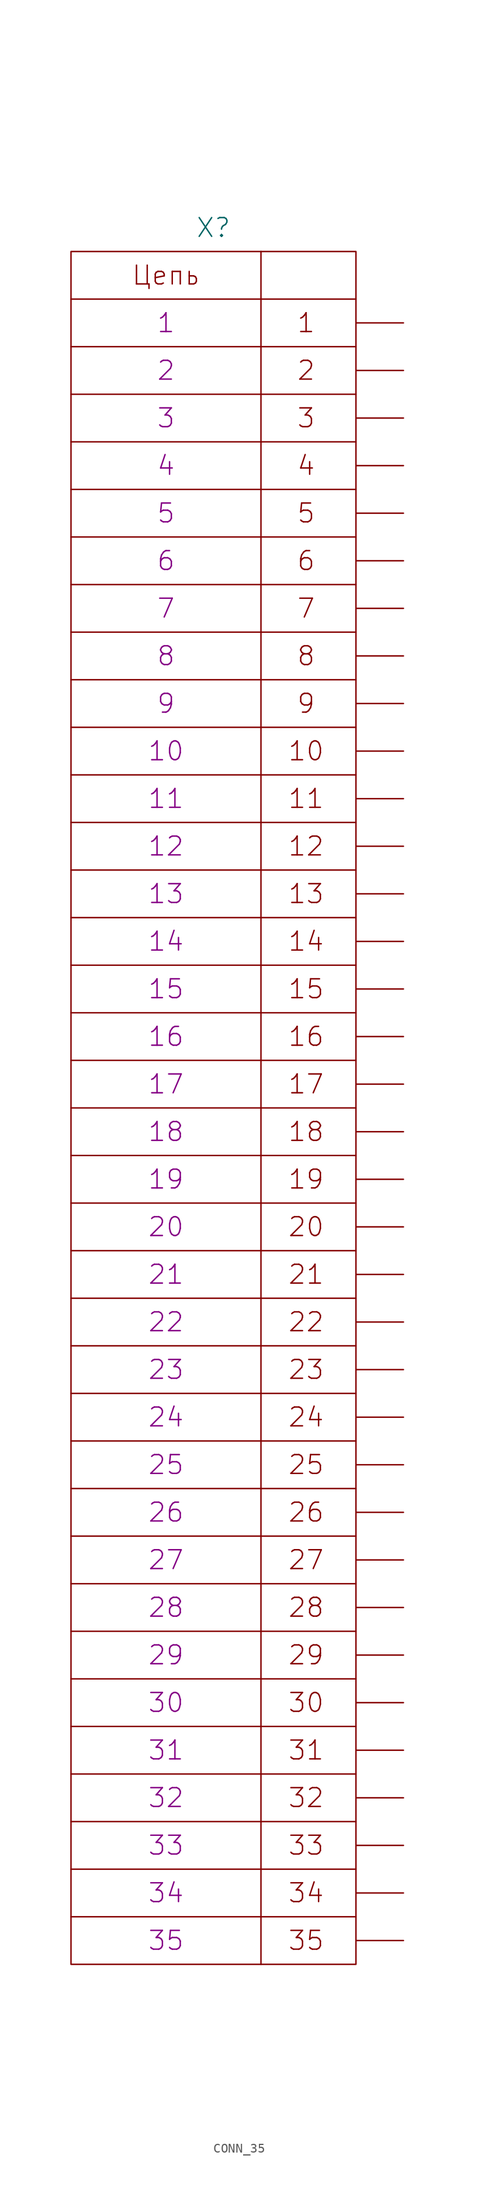
<source format=kicad_sym>
(kicad_symbol_lib
  (version 20231120)
  (generator "kicad_symbol_editor")
  (generator_version "8.0")
  (symbol "CONN_35"
    (pin_numbers hide)
    (pin_names
      (offset 0) hide)
    (property "Reference" "X"
      (at 0 93.98 0)
      (effects (font (size 2.007 2.007))))
    (property "PIN1" "1"
      (at -5.08 83.82 0)
      (effects (font (size 2.007 2.007))))
    (property "PIN2" "2"
      (at -5.08 78.74 0)
      (effects (font (size 2.007 2.007))))
    (property "PIN3" "3"
      (at -5.08 73.66 0)
      (effects (font (size 2.007 2.007))))
    (property "PIN4" "4"
      (at -5.08 68.58 0)
      (effects (font (size 2.007 2.007))))
    (property "PIN5" "5"
      (at -5.08 63.5 0)
      (effects (font (size 2.007 2.007))))
    (property "PIN6" "6"
      (at -5.08 58.42 0)
      (effects (font (size 2.007 2.007))))
    (property "PIN7" "7"
      (at -5.08 53.34 0)
      (effects (font (size 2.007 2.007))))
    (property "PIN8" "8"
      (at -5.08 48.26 0)
      (effects (font (size 2.007 2.007))))
    (property "PIN9" "9"
      (at -5.08 43.18 0)
      (effects (font (size 2.007 2.007))))
    (property "PIN10" "10"
      (at -5.08 38.1 0)
      (effects (font (size 2.007 2.007))))
    (property "PIN11" "11"
      (at -5.08 33.02 0)
      (effects (font (size 2.007 2.007))))
    (property "PIN12" "12"
      (at -5.08 27.94 0)
      (effects (font (size 2.007 2.007))))
    (property "PIN13" "13"
      (at -5.08 22.86 0)
      (effects (font (size 2.007 2.007))))
    (property "PIN14" "14"
      (at -5.08 17.78 0)
      (effects (font (size 2.007 2.007))))
    (property "PIN15" "15"
      (at -5.08 12.7 0)
      (effects (font (size 2.007 2.007))))
    (property "PIN16" "16"
      (at -5.08 7.62 0)
      (effects (font (size 2.007 2.007))))
    (property "PIN17" "17"
      (at -5.08 2.54 0)
      (effects (font (size 2.007 2.007))))
    (property "PIN18" "18"
      (at -5.08 -2.54 0)
      (effects (font (size 2.007 2.007))))
    (property "PIN19" "19"
      (at -5.08 -7.62 0)
      (effects (font (size 2.007 2.007))))
    (property "PIN20" "20"
      (at -5.08 -12.7 0)
      (effects (font (size 2.007 2.007))))
    (property "PIN21" "21"
      (at -5.08 -17.78 0)
      (effects (font (size 2.007 2.007))))
    (property "PIN22" "22"
      (at -5.08 -22.86 0)
      (effects (font (size 2.007 2.007))))
    (property "PIN23" "23"
      (at -5.08 -27.94 0)
      (effects (font (size 2.007 2.007))))
    (property "PIN24" "24"
      (at -5.08 -33.02 0)
      (effects (font (size 2.007 2.007))))
    (property "PIN25" "25"
      (at -5.08 -38.1 0)
      (effects (font (size 2.007 2.007))))
    (property "PIN26" "26"
      (at -5.08 -43.18 0)
      (effects (font (size 2.007 2.007))))
    (property "PIN27" "27"
      (at -5.08 -48.26 0)
      (effects (font (size 2.007 2.007))))
    (property "PIN28" "28"
      (at -5.08 -53.34 0)
      (effects (font (size 2.007 2.007))))
    (property "PIN29" "29"
      (at -5.08 -58.42 0)
      (effects (font (size 2.007 2.007))))
    (property "PIN30" "30"
      (at -5.08 -63.5 0)
      (effects (font (size 2.007 2.007))))
    (property "PIN31" "31"
      (at -5.08 -68.58 0)
      (effects (font (size 2.007 2.007))))
    (property "PIN32" "32"
      (at -5.08 -73.66 0)
      (effects (font (size 2.007 2.007))))
    (property "PIN33" "33"
      (at -5.08 -78.74 0)
      (effects (font (size 2.007 2.007))))
    (property "PIN34" "34"
      (at -5.08 -83.82 0)
      (effects (font (size 2.007 2.007))))
    (property "PIN35" "35"
      (at -5.08 -88.9 0)
      (effects (font (size 2.007 2.007))))
    (symbol "CONN_35_0_0"
      (polyline (pts (xy -15.24 -86.36) (xy 15.24 -86.36)) (stroke (width 0) (type solid)) (fill (type none)))
      (polyline (pts (xy -15.24 -81.28) (xy 15.24 -81.28)) (stroke (width 0) (type solid)) (fill (type none)))
      (polyline (pts (xy -15.24 -76.2) (xy 15.24 -76.2)) (stroke (width 0) (type solid)) (fill (type none)))
      (polyline (pts (xy -15.24 -71.12) (xy 15.24 -71.12)) (stroke (width 0) (type solid)) (fill (type none)))
      (polyline (pts (xy -15.24 -66.04) (xy 15.24 -66.04)) (stroke (width 0) (type solid)) (fill (type none)))
      (polyline (pts (xy -15.24 -60.96) (xy 15.24 -60.96)) (stroke (width 0) (type solid)) (fill (type none)))
      (polyline (pts (xy -15.24 -55.88) (xy 15.24 -55.88)) (stroke (width 0) (type solid)) (fill (type none)))
      (polyline (pts (xy -15.24 -50.8) (xy 15.24 -50.8)) (stroke (width 0) (type solid)) (fill (type none)))
      (polyline (pts (xy -15.24 -45.72) (xy 15.24 -45.72)) (stroke (width 0) (type solid)) (fill (type none)))
      (polyline (pts (xy -15.24 -40.64) (xy 15.24 -40.64)) (stroke (width 0) (type solid)) (fill (type none)))
      (polyline (pts (xy -15.24 -35.56) (xy 15.24 -35.56)) (stroke (width 0) (type solid)) (fill (type none)))
      (polyline (pts (xy -15.24 -30.48) (xy 15.24 -30.48)) (stroke (width 0) (type solid)) (fill (type none)))
      (polyline (pts (xy -15.24 -25.4) (xy 15.24 -25.4)) (stroke (width 0) (type solid)) (fill (type none)))
      (polyline (pts (xy -15.24 -20.32) (xy 15.24 -20.32)) (stroke (width 0) (type solid)) (fill (type none)))
      (polyline (pts (xy -15.24 -15.24) (xy 15.24 -15.24)) (stroke (width 0) (type solid)) (fill (type none)))
      (polyline (pts (xy -15.24 -10.16) (xy 15.24 -10.16)) (stroke (width 0) (type solid)) (fill (type none)))
      (polyline (pts (xy -15.24 -5.08) (xy 15.24 -5.08)) (stroke (width 0) (type solid)) (fill (type none)))
      (polyline (pts (xy -15.24 0) (xy 15.24 0)) (stroke (width 0) (type solid)) (fill (type none)))
      (polyline (pts (xy -15.24 5.08) (xy 15.24 5.08)) (stroke (width 0) (type solid)) (fill (type none)))
      (polyline (pts (xy -15.24 10.16) (xy 15.24 10.16)) (stroke (width 0) (type solid)) (fill (type none)))
      (polyline (pts (xy -15.24 15.24) (xy 15.24 15.24)) (stroke (width 0) (type solid)) (fill (type none)))
      (polyline (pts (xy -15.24 20.32) (xy 15.24 20.32)) (stroke (width 0) (type solid)) (fill (type none)))
      (polyline (pts (xy -15.24 25.4) (xy 15.24 25.4)) (stroke (width 0) (type solid)) (fill (type none)))
      (polyline (pts (xy -15.24 30.48) (xy 15.24 30.48)) (stroke (width 0) (type solid)) (fill (type none)))
      (polyline (pts (xy -15.24 35.56) (xy 15.24 35.56)) (stroke (width 0) (type solid)) (fill (type none)))
      (polyline (pts (xy -15.24 40.64) (xy 15.24 40.64)) (stroke (width 0) (type solid)) (fill (type none)))
      (polyline (pts (xy -15.24 45.72) (xy 15.24 45.72)) (stroke (width 0) (type solid)) (fill (type none)))
      (polyline (pts (xy -15.24 50.8) (xy 15.24 50.8)) (stroke (width 0) (type solid)) (fill (type none)))
      (polyline (pts (xy -15.24 55.88) (xy 15.24 55.88)) (stroke (width 0) (type solid)) (fill (type none)))
      (polyline (pts (xy -15.24 60.96) (xy 15.24 60.96)) (stroke (width 0) (type solid)) (fill (type none)))
      (polyline (pts (xy -15.24 66.04) (xy 15.24 66.04)) (stroke (width 0) (type solid)) (fill (type none)))
      (polyline (pts (xy -15.24 71.12) (xy 15.24 71.12)) (stroke (width 0) (type solid)) (fill (type none)))
      (polyline (pts (xy -15.24 76.2) (xy 15.24 76.2)) (stroke (width 0) (type solid)) (fill (type none)))
      (polyline (pts (xy -15.24 81.28) (xy 15.24 81.28)) (stroke (width 0) (type solid)) (fill (type none)))
      (polyline (pts (xy -15.24 86.36) (xy 15.24 86.36)) (stroke (width 0) (type solid)) (fill (type none)))
      (polyline (pts (xy 5.08 91.44) (xy 5.08 -91.44)) (stroke (width 0) (type solid)) (fill (type none)))
      (rectangle (start 15.24 91.44) (end -15.24 -91.44) (stroke (width 0) (type solid)) (fill (type none))))
    (symbol "CONN_35_1_1"
      (text "1" (at 9.906 83.82 0) (effects (font (size 2.007 2.007))))
      (text "10" (at 9.906 38.1 0) (effects (font (size 2.007 2.007))))
      (text "11" (at 9.906 33.02 0) (effects (font (size 2.007 2.007))))
      (text "12" (at 9.906 27.94 0) (effects (font (size 2.007 2.007))))
      (text "13" (at 9.906 22.86 0) (effects (font (size 2.007 2.007))))
      (text "14" (at 9.906 17.78 0) (effects (font (size 2.007 2.007))))
      (text "15" (at 9.906 12.7 0) (effects (font (size 2.007 2.007))))
      (text "16" (at 9.906 7.62 0) (effects (font (size 2.007 2.007))))
      (text "17" (at 9.906 2.54 0) (effects (font (size 2.007 2.007))))
      (text "18" (at 9.906 -2.54 0) (effects (font (size 2.007 2.007))))
      (text "19" (at 9.906 -7.62 0) (effects (font (size 2.007 2.007))))
      (text "2" (at 9.906 78.74 0) (effects (font (size 2.007 2.007))))
      (text "20" (at 9.906 -12.7 0) (effects (font (size 2.007 2.007))))
      (text "21" (at 9.906 -17.78 0) (effects (font (size 2.007 2.007))))
      (text "22" (at 9.906 -22.86 0) (effects (font (size 2.007 2.007))))
      (text "23" (at 9.906 -27.94 0) (effects (font (size 2.007 2.007))))
      (text "24" (at 9.906 -33.02 0) (effects (font (size 2.007 2.007))))
      (text "25" (at 9.906 -38.1 0) (effects (font (size 2.007 2.007))))
      (text "26" (at 9.906 -43.18 0) (effects (font (size 2.007 2.007))))
      (text "27" (at 9.906 -48.26 0) (effects (font (size 2.007 2.007))))
      (text "28" (at 9.906 -53.34 0) (effects (font (size 2.007 2.007))))
      (text "29" (at 9.906 -58.42 0) (effects (font (size 2.007 2.007))))
      (text "3" (at 9.906 73.66 0) (effects (font (size 2.007 2.007))))
      (text "30" (at 9.906 -63.5 0) (effects (font (size 2.007 2.007))))
      (text "31" (at 9.906 -68.58 0) (effects (font (size 2.007 2.007))))
      (text "32" (at 9.906 -73.66 0) (effects (font (size 2.007 2.007))))
      (text "33" (at 9.906 -78.74 0) (effects (font (size 2.007 2.007))))
      (text "34" (at 9.906 -83.82 0) (effects (font (size 2.007 2.007))))
      (text "35" (at 9.906 -88.9 0) (effects (font (size 2.007 2.007))))
      (text "4" (at 9.906 68.58 0) (effects (font (size 2.007 2.007))))
      (text "5" (at 9.906 63.5 0) (effects (font (size 2.007 2.007))))
      (text "6" (at 9.906 58.42 0) (effects (font (size 2.007 2.007))))
      (text "7" (at 9.906 53.34 0) (effects (font (size 2.007 2.007))))
      (text "8" (at 9.906 48.26 0) (effects (font (size 2.007 2.007))))
      (text "9" (at 9.906 43.18 0) (effects (font (size 2.007 2.007))))
      (text "Цепь" (at -5.08 88.9 0) (effects (font (size 2.007 2.007))))
      (pin passive line (at 20.32 83.82 180) (length 5.08) (name "1" (effects (font (size 2.007 2.007)))) (number "1" (effects (font (size 2.007 2.007)))))
      (pin passive line (at 20.32 38.1 180) (length 5.08) (name "10" (effects (font (size 2.007 2.007)))) (number "10" (effects (font (size 2.007 2.007)))))
      (pin passive line (at 20.32 33.02 180) (length 5.08) (name "11" (effects (font (size 2.007 2.007)))) (number "11" (effects (font (size 2.007 2.007)))))
      (pin passive line (at 20.32 27.94 180) (length 5.08) (name "12" (effects (font (size 2.007 2.007)))) (number "12" (effects (font (size 2.007 2.007)))))
      (pin passive line (at 20.32 22.86 180) (length 5.08) (name "13" (effects (font (size 2.007 2.007)))) (number "13" (effects (font (size 2.007 2.007)))))
      (pin passive line (at 20.32 17.78 180) (length 5.08) (name "14" (effects (font (size 2.007 2.007)))) (number "14" (effects (font (size 2.007 2.007)))))
      (pin passive line (at 20.32 12.7 180) (length 5.08) (name "15" (effects (font (size 2.007 2.007)))) (number "15" (effects (font (size 2.007 2.007)))))
      (pin passive line (at 20.32 7.62 180) (length 5.08) (name "16" (effects (font (size 2.007 2.007)))) (number "16" (effects (font (size 2.007 2.007)))))
      (pin passive line (at 20.32 2.54 180) (length 5.08) (name "17" (effects (font (size 2.007 2.007)))) (number "17" (effects (font (size 2.007 2.007)))))
      (pin passive line (at 20.32 -2.54 180) (length 5.08) (name "18" (effects (font (size 2.007 2.007)))) (number "18" (effects (font (size 2.007 2.007)))))
      (pin passive line (at 20.32 -7.62 180) (length 5.08) (name "19" (effects (font (size 2.007 2.007)))) (number "19" (effects (font (size 2.007 2.007)))))
      (pin passive line (at 20.32 78.74 180) (length 5.08) (name "2" (effects (font (size 2.007 2.007)))) (number "2" (effects (font (size 2.007 2.007)))))
      (pin passive line (at 20.32 -12.7 180) (length 5.08) (name "20" (effects (font (size 2.007 2.007)))) (number "20" (effects (font (size 2.007 2.007)))))
      (pin passive line (at 20.32 -17.78 180) (length 5.08) (name "21" (effects (font (size 2.007 2.007)))) (number "21" (effects (font (size 2.007 2.007)))))
      (pin passive line (at 20.32 -22.86 180) (length 5.08) (name "22" (effects (font (size 2.007 2.007)))) (number "22" (effects (font (size 2.007 2.007)))))
      (pin passive line (at 20.32 -27.94 180) (length 5.08) (name "23" (effects (font (size 2.007 2.007)))) (number "23" (effects (font (size 2.007 2.007)))))
      (pin passive line (at 20.32 -33.02 180) (length 5.08) (name "24" (effects (font (size 2.007 2.007)))) (number "24" (effects (font (size 2.007 2.007)))))
      (pin passive line (at 20.32 -38.1 180) (length 5.08) (name "25" (effects (font (size 2.007 2.007)))) (number "25" (effects (font (size 2.007 2.007)))))
      (pin passive line (at 20.32 -43.18 180) (length 5.08) (name "26" (effects (font (size 2.007 2.007)))) (number "26" (effects (font (size 2.007 2.007)))))
      (pin passive line (at 20.32 -48.26 180) (length 5.08) (name "27" (effects (font (size 2.007 2.007)))) (number "27" (effects (font (size 2.007 2.007)))))
      (pin passive line (at 20.32 -53.34 180) (length 5.08) (name "28" (effects (font (size 2.007 2.007)))) (number "28" (effects (font (size 2.007 2.007)))))
      (pin passive line (at 20.32 -58.42 180) (length 5.08) (name "29" (effects (font (size 2.007 2.007)))) (number "29" (effects (font (size 2.007 2.007)))))
      (pin passive line (at 20.32 73.66 180) (length 5.08) (name "3" (effects (font (size 2.007 2.007)))) (number "3" (effects (font (size 2.007 2.007)))))
      (pin passive line (at 20.32 -63.5 180) (length 5.08) (name "30" (effects (font (size 2.007 2.007)))) (number "30" (effects (font (size 2.007 2.007)))))
      (pin passive line (at 20.32 -68.58 180) (length 5.08) (name "31" (effects (font (size 2.007 2.007)))) (number "31" (effects (font (size 2.007 2.007)))))
      (pin passive line (at 20.32 -73.66 180) (length 5.08) (name "32" (effects (font (size 2.007 2.007)))) (number "32" (effects (font (size 2.007 2.007)))))
      (pin passive line (at 20.32 -78.74 180) (length 5.08) (name "33" (effects (font (size 2.007 2.007)))) (number "33" (effects (font (size 2.007 2.007)))))
      (pin passive line (at 20.32 -83.82 180) (length 5.08) (name "34" (effects (font (size 2.007 2.007)))) (number "34" (effects (font (size 2.007 2.007)))))
      (pin passive line (at 20.32 -88.9 180) (length 5.08) (name "35" (effects (font (size 2.007 2.007)))) (number "35" (effects (font (size 2.007 2.007)))))
      (pin passive line (at 20.32 68.58 180) (length 5.08) (name "4" (effects (font (size 2.007 2.007)))) (number "4" (effects (font (size 2.007 2.007)))))
      (pin passive line (at 20.32 63.5 180) (length 5.08) (name "5" (effects (font (size 2.007 2.007)))) (number "5" (effects (font (size 2.007 2.007)))))
      (pin passive line (at 20.32 58.42 180) (length 5.08) (name "6" (effects (font (size 2.007 2.007)))) (number "6" (effects (font (size 2.007 2.007)))))
      (pin passive line (at 20.32 53.34 180) (length 5.08) (name "7" (effects (font (size 2.007 2.007)))) (number "7" (effects (font (size 2.007 2.007)))))
      (pin passive line (at 20.32 48.26 180) (length 5.08) (name "8" (effects (font (size 2.007 2.007)))) (number "8" (effects (font (size 2.007 2.007)))))
      (pin passive line (at 20.32 43.18 180) (length 5.08) (name "9" (effects (font (size 2.007 2.007)))) (number "9" (effects (font (size 2.007 2.007))))))))
</source>
